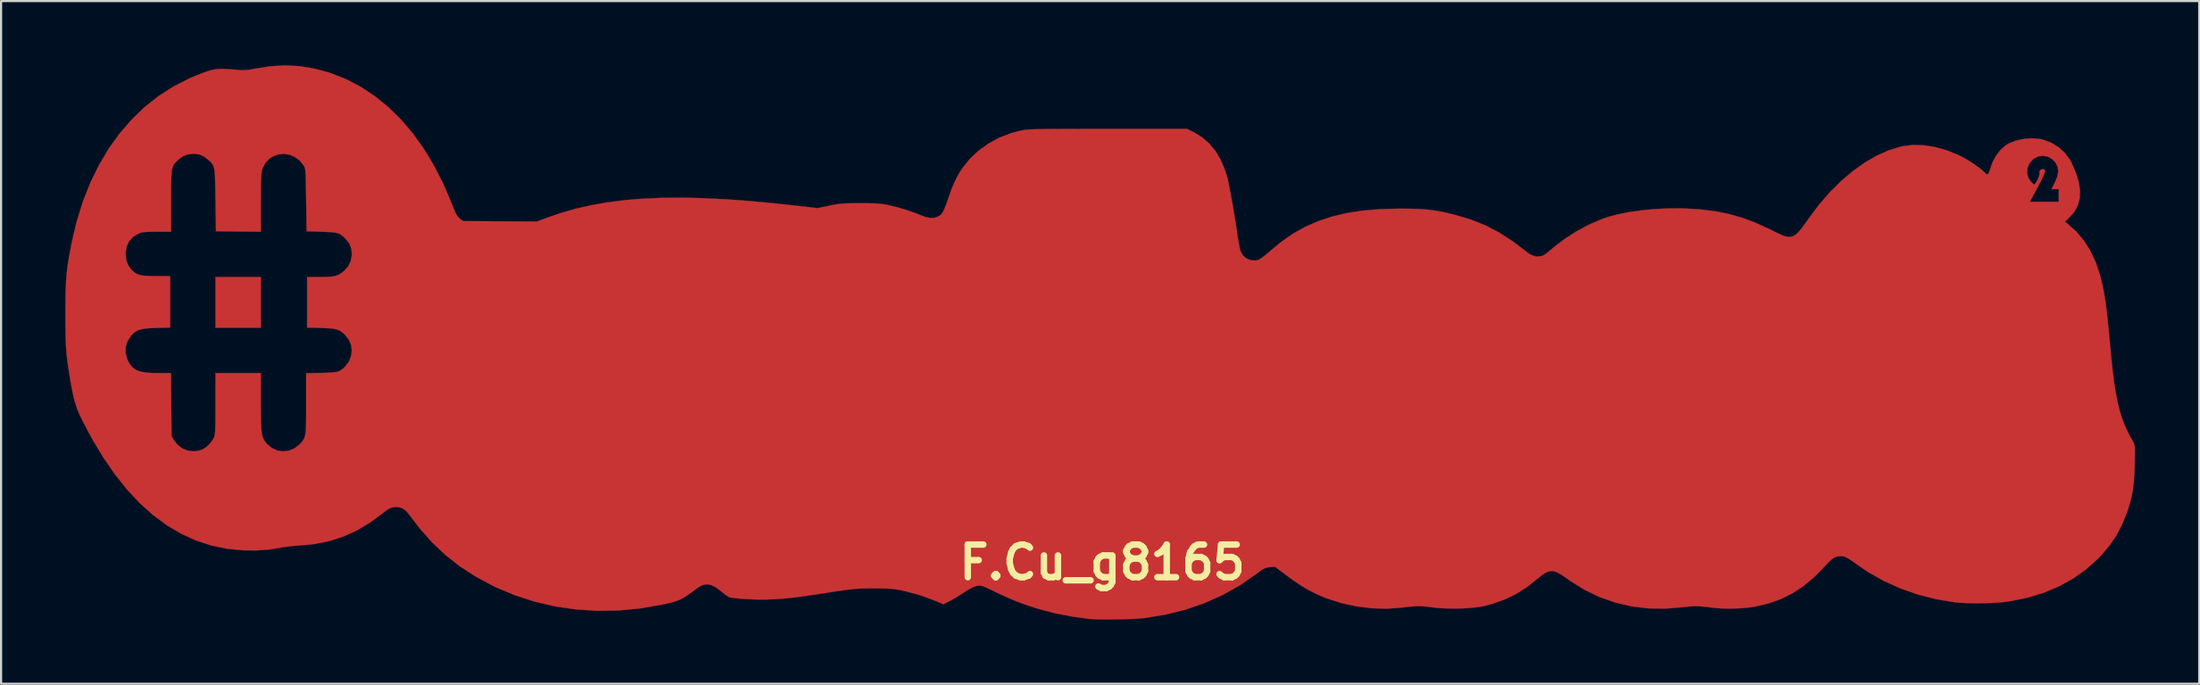
<source format=kicad_pcb>
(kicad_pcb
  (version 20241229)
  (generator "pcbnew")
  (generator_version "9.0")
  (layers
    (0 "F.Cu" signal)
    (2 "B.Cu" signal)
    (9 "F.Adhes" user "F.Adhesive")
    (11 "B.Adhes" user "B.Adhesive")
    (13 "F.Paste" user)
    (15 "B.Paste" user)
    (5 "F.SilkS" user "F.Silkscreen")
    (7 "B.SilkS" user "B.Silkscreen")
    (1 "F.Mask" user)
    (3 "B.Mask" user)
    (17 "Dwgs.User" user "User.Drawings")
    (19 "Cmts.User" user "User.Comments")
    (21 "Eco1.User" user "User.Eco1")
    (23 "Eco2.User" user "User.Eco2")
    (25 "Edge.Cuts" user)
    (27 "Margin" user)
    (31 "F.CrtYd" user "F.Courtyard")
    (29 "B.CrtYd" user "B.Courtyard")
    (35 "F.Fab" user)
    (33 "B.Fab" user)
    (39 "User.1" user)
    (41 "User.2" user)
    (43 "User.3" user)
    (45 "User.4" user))
  (footprint "F.Cu_g8165"
    (layer "F.Cu")
    (at 48.413 23.227)
    (property "Reference" "F.Cu_g8165" (at 0 0 0) (layer "F.SilkS") (effects (font (size 1.524 1.524) (thickness 0.3))))
    (attr through_hole)
    (fp_poly (pts (xy -39.285 -10.964) (xy -41.402 -10.964) (xy -41.402 -13.335) (xy -39.285 -13.335) (xy -39.285 -10.964)) (stroke (width 0.01) (type solid)) (fill yes) (layer "F.Cu"))
    (fp_poly (pts (xy -37.481 -23.187) (xy -36.804 -23.077) (xy -36.112 -22.89) (xy -36.021 -22.861) (xy -35.304 -22.578) (xy -34.614 -22.218) (xy -33.956 -21.781) (xy -33.33 -21.272) (xy -32.74 -20.692) (xy -32.187 -20.043) (xy -31.674 -19.329) (xy -31.204 -18.551) (xy -30.779 -17.713) (xy -30.523 -17.124) (xy -30.429 -16.895) (xy -30.341 -16.68) (xy -30.266 -16.499) (xy -30.212 -16.369) (xy -30.194 -16.326) (xy -30.111 -16.189) (xy -30 -16.068) (xy -29.983 -16.055) (xy -29.842 -15.947) (xy -28.118 -15.937) (xy -26.395 -15.927) (xy -25.959 -16.091) (xy -25.294 -16.322) (xy -24.602 -16.52) (xy -23.88 -16.686) (xy -23.122 -16.82) (xy -22.324 -16.923) (xy -21.482 -16.994) (xy -20.59 -17.033) (xy -19.645 -17.042) (xy -18.642 -17.02) (xy -17.576 -16.967) (xy -16.442 -16.884) (xy -15.237 -16.771) (xy -14.402 -16.68) (xy -13.289 -16.553) (xy -12.751 -16.666) (xy -12.557 -16.706) (xy -12.387 -16.735) (xy -12.223 -16.756) (xy -12.047 -16.77) (xy -11.838 -16.778) (xy -11.579 -16.781) (xy -11.324 -16.783) (xy -10.979 -16.782) (xy -10.702 -16.776) (xy -10.478 -16.765) (xy -10.289 -16.747) (xy -10.119 -16.722) (xy -10.054 -16.709) (xy -9.62 -16.608) (xy -9.165 -16.476) (xy -8.732 -16.325) (xy -8.508 -16.235) (xy -8.242 -16.136) (xy -8.023 -16.093) (xy -7.835 -16.103) (xy -7.678 -16.155) (xy -7.588 -16.207) (xy -7.511 -16.275) (xy -7.442 -16.371) (xy -7.373 -16.509) (xy -7.296 -16.7) (xy -7.206 -16.958) (xy -7.183 -17.025) (xy -7.049 -17.405) (xy -6.92 -17.723) (xy -6.786 -18) (xy -6.637 -18.257) (xy -6.548 -18.394) (xy -6.202 -18.832) (xy -5.791 -19.224) (xy -5.324 -19.562) (xy -4.812 -19.842) (xy -4.263 -20.056) (xy -3.788 -20.179) (xy -3.716 -20.193) (xy -3.64 -20.205) (xy -3.552 -20.215) (xy -3.448 -20.224) (xy -3.322 -20.231) (xy -3.168 -20.237) (xy -2.98 -20.243) (xy -2.752 -20.247) (xy -2.479 -20.25) (xy -2.154 -20.252) (xy -1.773 -20.254) (xy -1.328 -20.255) (xy -0.815 -20.256) (xy -0.228 -20.256) (xy 0.275 -20.256) (xy 3.958 -20.256) (xy 4.297 -20.089) (xy 4.666 -19.861) (xy 5.002 -19.566) (xy 5.292 -19.217) (xy 5.518 -18.835) (xy 5.616 -18.616) (xy 5.713 -18.372) (xy 5.793 -18.146) (xy 5.816 -18.071) (xy 5.855 -17.916) (xy 5.904 -17.69) (xy 5.96 -17.407) (xy 6.021 -17.081) (xy 6.085 -16.725) (xy 6.149 -16.353) (xy 6.21 -15.977) (xy 6.267 -15.612) (xy 6.318 -15.271) (xy 6.328 -15.198) (xy 6.361 -14.983) (xy 6.399 -14.781) (xy 6.436 -14.616) (xy 6.461 -14.53) (xy 6.573 -14.338) (xy 6.739 -14.198) (xy 6.942 -14.118) (xy 7.163 -14.107) (xy 7.29 -14.135) (xy 7.378 -14.182) (xy 7.509 -14.274) (xy 7.666 -14.398) (xy 7.832 -14.541) (xy 7.835 -14.544) (xy 8.361 -14.981) (xy 8.906 -15.36) (xy 9.48 -15.681) (xy 10.086 -15.947) (xy 10.733 -16.161) (xy 11.427 -16.324) (xy 12.174 -16.438) (xy 12.981 -16.506) (xy 13.854 -16.53) (xy 13.928 -16.53) (xy 14.381 -16.526) (xy 14.769 -16.514) (xy 15.113 -16.491) (xy 15.433 -16.455) (xy 15.749 -16.404) (xy 16.08 -16.335) (xy 16.448 -16.246) (xy 16.491 -16.235) (xy 17.219 -16.017) (xy 17.895 -15.746) (xy 18.535 -15.413) (xy 19.156 -15.011) (xy 19.62 -14.659) (xy 19.842 -14.489) (xy 20.021 -14.374) (xy 20.173 -14.31) (xy 20.312 -14.289) (xy 20.454 -14.305) (xy 20.459 -14.306) (xy 20.529 -14.323) (xy 20.587 -14.343) (xy 20.647 -14.375) (xy 20.723 -14.429) (xy 20.829 -14.513) (xy 20.978 -14.638) (xy 21.082 -14.726) (xy 21.568 -15.1) (xy 22.105 -15.447) (xy 22.668 -15.753) (xy 23.233 -16.005) (xy 23.567 -16.125) (xy 24.028 -16.253) (xy 24.555 -16.36) (xy 25.131 -16.445) (xy 25.738 -16.505) (xy 26.361 -16.538) (xy 26.982 -16.543) (xy 27.178 -16.538) (xy 27.923 -16.494) (xy 28.609 -16.41) (xy 29.254 -16.282) (xy 29.875 -16.106) (xy 30.491 -15.876) (xy 31.119 -15.589) (xy 31.199 -15.549) (xy 31.49 -15.405) (xy 31.727 -15.296) (xy 31.921 -15.228) (xy 32.084 -15.205) (xy 32.229 -15.229) (xy 32.366 -15.305) (xy 32.507 -15.435) (xy 32.665 -15.625) (xy 32.85 -15.877) (xy 33.027 -16.129) (xy 33.493 -16.747) (xy 33.989 -17.315) (xy 34.509 -17.829) (xy 35.046 -18.283) (xy 35.594 -18.674) (xy 36.148 -18.996) (xy 36.7 -19.246) (xy 37.246 -19.417) (xy 37.389 -19.449) (xy 37.854 -19.504) (xy 38.352 -19.491) (xy 38.872 -19.41) (xy 39.401 -19.265) (xy 39.926 -19.058) (xy 40.029 -19.009) (xy 40.253 -18.891) (xy 40.492 -18.748) (xy 40.727 -18.594) (xy 40.94 -18.441) (xy 41.112 -18.303) (xy 41.207 -18.21) (xy 41.29 -18.136) (xy 41.353 -18.134) (xy 41.382 -18.178) (xy 43.184 -18.178) (xy 43.238 -17.98) (xy 43.291 -17.887) (xy 43.365 -17.789) (xy 43.443 -17.706) (xy 43.507 -17.658) (xy 43.533 -17.656) (xy 43.607 -17.763) (xy 43.677 -17.898) (xy 43.732 -18.032) (xy 43.759 -18.137) (xy 43.758 -18.17) (xy 43.763 -18.283) (xy 43.832 -18.356) (xy 43.906 -18.373) (xy 43.967 -18.366) (xy 44.005 -18.342) (xy 44.017 -18.292) (xy 44.001 -18.209) (xy 43.954 -18.085) (xy 43.874 -17.913) (xy 43.757 -17.685) (xy 43.602 -17.393) (xy 43.543 -17.283) (xy 43.309 -16.849) (xy 44.662 -16.849) (xy 44.662 -17.441) (xy 44.322 -17.441) (xy 44.477 -17.748) (xy 44.591 -18.022) (xy 44.636 -18.258) (xy 44.613 -18.468) (xy 44.521 -18.662) (xy 44.508 -18.682) (xy 44.341 -18.854) (xy 44.138 -18.96) (xy 43.918 -18.998) (xy 43.696 -18.966) (xy 43.492 -18.862) (xy 43.447 -18.826) (xy 43.284 -18.633) (xy 43.195 -18.412) (xy 43.184 -18.178) (xy 41.382 -18.178) (xy 41.403 -18.209) (xy 41.44 -18.328) (xy 41.564 -18.69) (xy 41.739 -19.015) (xy 41.955 -19.29) (xy 42.202 -19.502) (xy 42.331 -19.578) (xy 42.663 -19.708) (xy 43.034 -19.788) (xy 43.414 -19.815) (xy 43.777 -19.785) (xy 43.926 -19.753) (xy 44.31 -19.61) (xy 44.656 -19.397) (xy 44.953 -19.124) (xy 45.19 -18.801) (xy 45.261 -18.667) (xy 45.466 -18.192) (xy 45.596 -17.757) (xy 45.653 -17.359) (xy 45.635 -16.996) (xy 45.544 -16.668) (xy 45.378 -16.371) (xy 45.177 -16.14) (xy 44.947 -15.917) (xy 45.069 -15.823) (xy 45.48 -15.457) (xy 45.837 -15.034) (xy 46.141 -14.551) (xy 46.393 -14.005) (xy 46.596 -13.393) (xy 46.709 -12.925) (xy 46.757 -12.686) (xy 46.8 -12.437) (xy 46.842 -12.169) (xy 46.881 -11.869) (xy 46.921 -11.528) (xy 46.963 -11.134) (xy 47.008 -10.677) (xy 47.055 -10.16) (xy 47.118 -9.5) (xy 47.181 -8.917) (xy 47.247 -8.4) (xy 47.319 -7.942) (xy 47.397 -7.533) (xy 47.485 -7.166) (xy 47.583 -6.83) (xy 47.696 -6.518) (xy 47.823 -6.221) (xy 47.969 -5.929) (xy 48.133 -5.635) (xy 48.136 -5.63) (xy 48.165 -5.576) (xy 48.186 -5.518) (xy 48.201 -5.444) (xy 48.21 -5.341) (xy 48.213 -5.196) (xy 48.212 -4.998) (xy 48.208 -4.732) (xy 48.205 -4.593) (xy 48.19 -4.134) (xy 48.163 -3.74) (xy 48.119 -3.388) (xy 48.057 -3.061) (xy 47.973 -2.736) (xy 47.864 -2.394) (xy 47.853 -2.363) (xy 47.628 -1.797) (xy 47.365 -1.288) (xy 47.049 -0.817) (xy 46.669 -0.363) (xy 46.461 -0.146) (xy 45.922 0.335) (xy 45.325 0.756) (xy 44.673 1.115) (xy 43.971 1.411) (xy 43.22 1.642) (xy 42.425 1.806) (xy 42.169 1.843) (xy 41.885 1.872) (xy 41.545 1.892) (xy 41.171 1.904) (xy 40.787 1.907) (xy 40.418 1.902) (xy 40.085 1.887) (xy 39.813 1.863) (xy 38.936 1.717) (xy 38.081 1.499) (xy 37.259 1.21) (xy 36.476 0.856) (xy 35.74 0.438) (xy 35.224 0.084) (xy 35.009 -0.071) (xy 34.844 -0.179) (xy 34.714 -0.248) (xy 34.605 -0.284) (xy 34.502 -0.296) (xy 34.489 -0.296) (xy 34.346 -0.285) (xy 34.218 -0.246) (xy 34.09 -0.169) (xy 33.946 -0.044) (xy 33.772 0.139) (xy 33.735 0.179) (xy 33.248 0.678) (xy 32.749 1.096) (xy 32.231 1.439) (xy 31.684 1.712) (xy 31.102 1.919) (xy 30.474 2.064) (xy 30.288 2.095) (xy 29.993 2.128) (xy 29.65 2.148) (xy 29.291 2.156) (xy 28.942 2.149) (xy 28.634 2.129) (xy 28.512 2.115) (xy 28.179 2.072) (xy 27.902 2.049) (xy 27.651 2.045) (xy 27.398 2.058) (xy 27.117 2.088) (xy 27.1 2.091) (xy 26.28 2.158) (xy 25.482 2.145) (xy 24.706 2.05) (xy 23.954 1.874) (xy 23.227 1.618) (xy 22.526 1.281) (xy 21.853 0.865) (xy 21.664 0.729) (xy 21.415 0.558) (xy 21.208 0.448) (xy 21.027 0.401) (xy 20.854 0.417) (xy 20.673 0.496) (xy 20.468 0.64) (xy 20.308 0.773) (xy 19.821 1.157) (xy 19.331 1.47) (xy 18.816 1.721) (xy 18.258 1.921) (xy 17.822 2.038) (xy 17.544 2.088) (xy 17.204 2.124) (xy 16.823 2.146) (xy 16.424 2.154) (xy 16.026 2.147) (xy 15.653 2.124) (xy 15.391 2.095) (xy 15.165 2.066) (xy 14.97 2.048) (xy 14.786 2.042) (xy 14.591 2.048) (xy 14.365 2.066) (xy 14.086 2.097) (xy 13.928 2.116) (xy 13.256 2.161) (xy 12.557 2.138) (xy 11.85 2.048) (xy 11.154 1.895) (xy 10.487 1.68) (xy 10.364 1.632) (xy 9.994 1.472) (xy 9.646 1.296) (xy 9.299 1.091) (xy 8.932 0.844) (xy 8.624 0.62) (xy 8.067 0.203) (xy 7.828 0.22) (xy 7.719 0.232) (xy 7.627 0.255) (xy 7.532 0.299) (xy 7.415 0.374) (xy 7.258 0.489) (xy 7.192 0.539) (xy 6.43 1.065) (xy 5.628 1.517) (xy 4.784 1.896) (xy 3.899 2.202) (xy 2.971 2.434) (xy 2 2.594) (xy 1.907 2.605) (xy 1.711 2.622) (xy 1.452 2.637) (xy 1.149 2.648) (xy 0.82 2.656) (xy 0.482 2.661) (xy 0.156 2.662) (xy -0.143 2.659) (xy -0.394 2.651) (xy -0.581 2.639) (xy -0.593 2.638) (xy -1.384 2.532) (xy -2.166 2.381) (xy -2.909 2.19) (xy -3.175 2.108) (xy -3.513 1.996) (xy -3.807 1.892) (xy -4.082 1.786) (xy -4.362 1.667) (xy -4.67 1.528) (xy -4.996 1.373) (xy -5.236 1.258) (xy -5.414 1.176) (xy -5.543 1.122) (xy -5.638 1.092) (xy -5.714 1.08) (xy -5.783 1.083) (xy -5.854 1.095) (xy -6.019 1.149) (xy -6.234 1.26) (xy -6.467 1.407) (xy -6.664 1.534) (xy -6.867 1.659) (xy -7.049 1.765) (xy -7.148 1.818) (xy -7.418 1.953) (xy -7.771 1.801) (xy -8.537 1.517) (xy -9.322 1.314) (xy -9.366 1.305) (xy -9.554 1.27) (xy -9.729 1.245) (xy -9.91 1.227) (xy -10.117 1.217) (xy -10.369 1.213) (xy -10.687 1.212) (xy -10.689 1.212) (xy -10.91 1.213) (xy -11.103 1.216) (xy -11.279 1.221) (xy -11.449 1.23) (xy -11.626 1.245) (xy -11.819 1.266) (xy -12.04 1.294) (xy -12.301 1.331) (xy -12.612 1.378) (xy -12.984 1.436) (xy -13.409 1.502) (xy -14.08 1.6) (xy -14.683 1.671) (xy -15.23 1.715) (xy -15.732 1.734) (xy -15.86 1.735) (xy -16.123 1.732) (xy -16.402 1.722) (xy -16.679 1.707) (xy -16.939 1.688) (xy -17.162 1.666) (xy -17.331 1.642) (xy -17.412 1.625) (xy -17.478 1.588) (xy -17.588 1.51) (xy -17.723 1.404) (xy -17.785 1.354) (xy -18.031 1.169) (xy -18.249 1.058) (xy -18.45 1.019) (xy -18.643 1.051) (xy -18.842 1.151) (xy -18.912 1.201) (xy -19.169 1.391) (xy -19.376 1.538) (xy -19.551 1.65) (xy -19.713 1.735) (xy -19.879 1.802) (xy -20.066 1.859) (xy -20.294 1.915) (xy -20.574 1.976) (xy -21.586 2.15) (xy -22.594 2.245) (xy -23.595 2.259) (xy -24.584 2.194) (xy -25.555 2.051) (xy -26.505 1.829) (xy -27.429 1.529) (xy -28.323 1.153) (xy -28.469 1.082) (xy -29.265 0.653) (xy -29.993 0.18) (xy -30.661 -0.344) (xy -31.279 -0.927) (xy -31.855 -1.575) (xy -32.309 -2.172) (xy -32.473 -2.375) (xy -32.629 -2.505) (xy -32.792 -2.574) (xy -32.957 -2.589) (xy -33.111 -2.577) (xy -33.243 -2.538) (xy -33.379 -2.463) (xy -33.544 -2.34) (xy -33.573 -2.317) (xy -34.18 -1.867) (xy -34.797 -1.499) (xy -35.429 -1.21) (xy -36.084 -0.999) (xy -36.767 -0.862) (xy -37.338 -0.805) (xy -37.594 -0.787) (xy -37.847 -0.763) (xy -38.073 -0.737) (xy -38.247 -0.71) (xy -38.291 -0.702) (xy -38.872 -0.606) (xy -39.502 -0.561) (xy -40.09 -0.565) (xy -40.854 -0.638) (xy -41.594 -0.792) (xy -42.309 -1.025) (xy -43.001 -1.339) (xy -43.668 -1.734) (xy -44.312 -2.209) (xy -44.932 -2.766) (xy -45.529 -3.403) (xy -46.102 -4.122) (xy -46.652 -4.921) (xy -47.179 -5.802) (xy -47.614 -6.625) (xy -47.732 -6.87) (xy -47.83 -7.097) (xy -47.913 -7.324) (xy -47.985 -7.566) (xy -48.051 -7.838) (xy -48.115 -8.156) (xy -48.183 -8.536) (xy -48.213 -8.721) (xy -48.264 -9.045) (xy -48.306 -9.331) (xy -48.339 -9.594) (xy -48.358 -9.792) (xy -45.601 -9.792) (xy -45.526 -9.503) (xy -45.49 -9.422) (xy -45.382 -9.236) (xy -45.255 -9.093) (xy -45.098 -8.987) (xy -44.898 -8.915) (xy -44.645 -8.871) (xy -44.327 -8.851) (xy -44.108 -8.848) (xy -43.48 -8.848) (xy -43.468 -7.377) (xy -43.455 -5.905) (xy -43.338 -5.706) (xy -43.16 -5.482) (xy -42.934 -5.318) (xy -42.675 -5.219) (xy -42.399 -5.19) (xy -42.121 -5.237) (xy -41.999 -5.284) (xy -41.813 -5.404) (xy -41.639 -5.577) (xy -41.504 -5.773) (xy -41.483 -5.817) (xy -41.461 -5.87) (xy -41.444 -5.932) (xy -41.431 -6.011) (xy -41.42 -6.118) (xy -41.413 -6.261) (xy -41.408 -6.45) (xy -41.405 -6.695) (xy -41.404 -7.006) (xy -41.403 -7.391) (xy -41.403 -7.419) (xy -41.402 -8.848) (xy -39.285 -8.848) (xy -39.285 -7.501) (xy -39.285 -7.079) (xy -39.281 -6.733) (xy -39.274 -6.453) (xy -39.261 -6.228) (xy -39.241 -6.05) (xy -39.213 -5.91) (xy -39.174 -5.796) (xy -39.125 -5.701) (xy -39.063 -5.614) (xy -38.986 -5.526) (xy -38.983 -5.523) (xy -38.761 -5.34) (xy -38.51 -5.229) (xy -38.242 -5.19) (xy -37.974 -5.223) (xy -37.718 -5.327) (xy -37.491 -5.502) (xy -37.465 -5.529) (xy -37.389 -5.613) (xy -37.327 -5.689) (xy -37.278 -5.767) (xy -37.24 -5.855) (xy -37.212 -5.964) (xy -37.193 -6.104) (xy -37.18 -6.283) (xy -37.173 -6.513) (xy -37.17 -6.801) (xy -37.169 -7.159) (xy -37.169 -7.425) (xy -37.169 -8.841) (xy -36.46 -8.855) (xy -36.169 -8.863) (xy -35.948 -8.875) (xy -35.782 -8.895) (xy -35.654 -8.929) (xy -35.55 -8.979) (xy -35.455 -9.05) (xy -35.354 -9.145) (xy -35.346 -9.153) (xy -35.175 -9.382) (xy -35.069 -9.652) (xy -35.038 -9.906) (xy -35.073 -10.175) (xy -35.181 -10.418) (xy -35.361 -10.639) (xy -35.474 -10.743) (xy -35.585 -10.821) (xy -35.708 -10.876) (xy -35.86 -10.913) (xy -36.056 -10.936) (xy -36.313 -10.95) (xy -36.481 -10.956) (xy -37.126 -10.973) (xy -37.126 -13.335) (xy -36.511 -13.335) (xy -36.227 -13.338) (xy -36.01 -13.35) (xy -35.842 -13.374) (xy -35.705 -13.417) (xy -35.583 -13.481) (xy -35.457 -13.571) (xy -35.408 -13.611) (xy -35.211 -13.824) (xy -35.086 -14.079) (xy -35.037 -14.37) (xy -35.037 -14.413) (xy -35.064 -14.675) (xy -35.153 -14.898) (xy -35.314 -15.106) (xy -35.341 -15.134) (xy -35.446 -15.236) (xy -35.543 -15.311) (xy -35.645 -15.365) (xy -35.768 -15.401) (xy -35.929 -15.424) (xy -36.142 -15.439) (xy -36.422 -15.45) (xy -36.449 -15.451) (xy -37.148 -15.473) (xy -37.169 -16.933) (xy -37.175 -17.324) (xy -37.18 -17.64) (xy -37.186 -17.889) (xy -37.192 -18.081) (xy -37.201 -18.226) (xy -37.211 -18.331) (xy -37.224 -18.408) (xy -37.241 -18.464) (xy -37.262 -18.509) (xy -37.282 -18.542) (xy -37.468 -18.774) (xy -37.69 -18.941) (xy -37.935 -19.045) (xy -38.19 -19.087) (xy -38.445 -19.068) (xy -38.686 -18.99) (xy -38.901 -18.853) (xy -39.078 -18.659) (xy -39.205 -18.408) (xy -39.223 -18.354) (xy -39.241 -18.275) (xy -39.256 -18.168) (xy -39.267 -18.023) (xy -39.275 -17.833) (xy -39.281 -17.587) (xy -39.284 -17.276) (xy -39.285 -16.892) (xy -39.285 -16.798) (xy -39.285 -15.45) (xy -41.381 -15.473) (xy -41.402 -16.933) (xy -41.408 -17.342) (xy -41.414 -17.674) (xy -41.422 -17.941) (xy -41.433 -18.152) (xy -41.449 -18.315) (xy -41.473 -18.44) (xy -41.504 -18.536) (xy -41.546 -18.613) (xy -41.6 -18.68) (xy -41.667 -18.746) (xy -41.743 -18.814) (xy -41.954 -18.974) (xy -42.163 -19.063) (xy -42.395 -19.092) (xy -42.406 -19.092) (xy -42.678 -19.067) (xy -42.905 -18.986) (xy -43.111 -18.839) (xy -43.127 -18.825) (xy -43.216 -18.742) (xy -43.287 -18.667) (xy -43.345 -18.59) (xy -43.389 -18.501) (xy -43.422 -18.391) (xy -43.445 -18.25) (xy -43.46 -18.07) (xy -43.469 -17.84) (xy -43.474 -17.551) (xy -43.475 -17.194) (xy -43.475 -16.88) (xy -43.476 -15.452) (xy -44.143 -15.451) (xy -44.411 -15.449) (xy -44.609 -15.443) (xy -44.755 -15.431) (xy -44.862 -15.413) (xy -44.947 -15.386) (xy -44.979 -15.373) (xy -45.242 -15.215) (xy -45.432 -15.014) (xy -45.55 -14.768) (xy -45.597 -14.476) (xy -45.598 -14.422) (xy -45.57 -14.131) (xy -45.48 -13.888) (xy -45.326 -13.679) (xy -45.217 -13.574) (xy -45.108 -13.497) (xy -44.983 -13.442) (xy -44.827 -13.407) (xy -44.625 -13.388) (xy -44.362 -13.379) (xy -44.185 -13.378) (xy -43.519 -13.377) (xy -43.519 -10.973) (xy -44.164 -10.957) (xy -44.478 -10.944) (xy -44.723 -10.921) (xy -44.912 -10.884) (xy -45.062 -10.828) (xy -45.186 -10.748) (xy -45.301 -10.64) (xy -45.334 -10.604) (xy -45.503 -10.352) (xy -45.592 -10.078) (xy -45.601 -9.792) (xy -48.358 -9.792) (xy -48.364 -9.85) (xy -48.382 -10.112) (xy -48.395 -10.397) (xy -48.403 -10.719) (xy -48.407 -11.093) (xy -48.408 -11.533) (xy -48.408 -11.62) (xy -48.407 -12.104) (xy -48.402 -12.518) (xy -48.391 -12.879) (xy -48.375 -13.202) (xy -48.35 -13.502) (xy -48.317 -13.795) (xy -48.272 -14.097) (xy -48.216 -14.422) (xy -48.146 -14.787) (xy -48.111 -14.965) (xy -47.879 -15.943) (xy -47.589 -16.872) (xy -47.242 -17.749) (xy -46.839 -18.572) (xy -46.382 -19.339) (xy -45.874 -20.046) (xy -45.316 -20.692) (xy -44.71 -21.275) (xy -44.057 -21.791) (xy -43.36 -22.238) (xy -42.621 -22.615) (xy -42.312 -22.745) (xy -42.043 -22.852) (xy -41.822 -22.934) (xy -41.633 -22.993) (xy -41.458 -23.032) (xy -41.281 -23.053) (xy -41.085 -23.058) (xy -40.852 -23.049) (xy -40.566 -23.028) (xy -40.28 -23.004) (xy -40.065 -22.998) (xy -39.833 -23.018) (xy -39.56 -23.067) (xy -38.844 -23.181) (xy -38.156 -23.222) (xy -37.481 -23.187)) (stroke (width 0.01) (type solid)) (fill yes) (layer "F.Cu")))
  (gr_rect
    (start -3 -3)
    (end 99.631 28.894)
    (stroke (width 0.1) (type default))
    (fill no)
    (layer "Edge.Cuts")))
</source>
